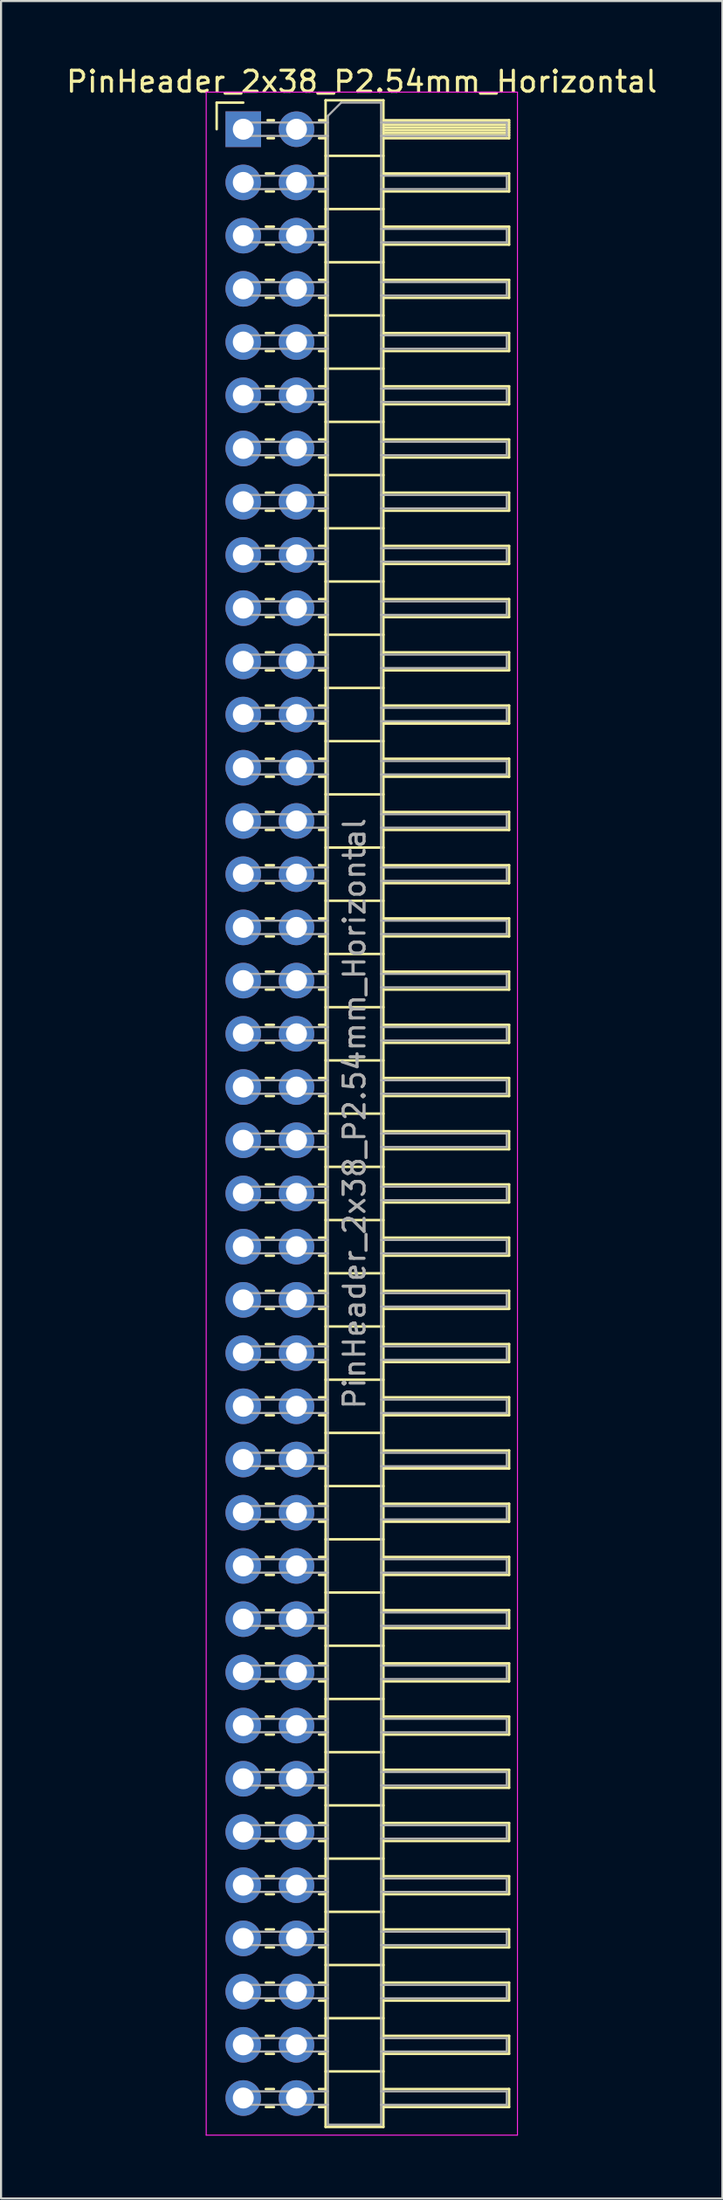
<source format=kicad_pcb>
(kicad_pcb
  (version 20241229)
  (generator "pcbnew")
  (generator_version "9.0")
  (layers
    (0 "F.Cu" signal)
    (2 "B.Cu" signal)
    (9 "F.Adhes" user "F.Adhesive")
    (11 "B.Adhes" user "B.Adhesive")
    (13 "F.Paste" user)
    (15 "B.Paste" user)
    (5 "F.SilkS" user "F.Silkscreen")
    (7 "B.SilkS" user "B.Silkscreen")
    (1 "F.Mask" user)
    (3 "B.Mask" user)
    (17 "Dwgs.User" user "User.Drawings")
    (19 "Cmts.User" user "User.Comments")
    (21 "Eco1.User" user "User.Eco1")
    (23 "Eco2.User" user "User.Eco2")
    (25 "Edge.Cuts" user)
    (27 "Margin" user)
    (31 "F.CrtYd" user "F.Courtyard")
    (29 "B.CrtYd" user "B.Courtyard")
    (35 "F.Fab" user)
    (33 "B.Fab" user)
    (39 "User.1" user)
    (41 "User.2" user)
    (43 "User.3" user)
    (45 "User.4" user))
  (footprint "PinHeader_2x38_P2.54mm_Horizontal"
    (layer "F.Cu")
    (at 8.565 3.118)
    (property "Reference" "PinHeader_2x38_P2.54mm_Horizontal" (at 5.655 -2.27 0) (layer "F.SilkS") (effects (font (size 1 1) (thickness 0.15))))
    (attr through_hole)
    (fp_line (start -1.27 -1.27) (end 0 -1.27) (stroke (width 0.12) (type solid)) (layer "F.SilkS"))
    (fp_line (start -1.27 0) (end -1.27 -1.27) (stroke (width 0.12) (type solid)) (layer "F.SilkS"))
    (fp_line (start 1.077 2.11) (end 1.463 2.11) (stroke (width 0.12) (type solid)) (layer "F.SilkS"))
    (fp_line (start 1.077 2.97) (end 1.463 2.97) (stroke (width 0.12) (type solid)) (layer "F.SilkS"))
    (fp_line (start 1.077 4.65) (end 1.463 4.65) (stroke (width 0.12) (type solid)) (layer "F.SilkS"))
    (fp_line (start 1.077 5.51) (end 1.463 5.51) (stroke (width 0.12) (type solid)) (layer "F.SilkS"))
    (fp_line (start 1.077 7.19) (end 1.463 7.19) (stroke (width 0.12) (type solid)) (layer "F.SilkS"))
    (fp_line (start 1.077 8.05) (end 1.463 8.05) (stroke (width 0.12) (type solid)) (layer "F.SilkS"))
    (fp_line (start 1.077 9.73) (end 1.463 9.73) (stroke (width 0.12) (type solid)) (layer "F.SilkS"))
    (fp_line (start 1.077 10.59) (end 1.463 10.59) (stroke (width 0.12) (type solid)) (layer "F.SilkS"))
    (fp_line (start 1.077 12.27) (end 1.463 12.27) (stroke (width 0.12) (type solid)) (layer "F.SilkS"))
    (fp_line (start 1.077 13.13) (end 1.463 13.13) (stroke (width 0.12) (type solid)) (layer "F.SilkS"))
    (fp_line (start 1.077 14.81) (end 1.463 14.81) (stroke (width 0.12) (type solid)) (layer "F.SilkS"))
    (fp_line (start 1.077 15.67) (end 1.463 15.67) (stroke (width 0.12) (type solid)) (layer "F.SilkS"))
    (fp_line (start 1.077 17.35) (end 1.463 17.35) (stroke (width 0.12) (type solid)) (layer "F.SilkS"))
    (fp_line (start 1.077 18.21) (end 1.463 18.21) (stroke (width 0.12) (type solid)) (layer "F.SilkS"))
    (fp_line (start 1.077 19.89) (end 1.463 19.89) (stroke (width 0.12) (type solid)) (layer "F.SilkS"))
    (fp_line (start 1.077 20.75) (end 1.463 20.75) (stroke (width 0.12) (type solid)) (layer "F.SilkS"))
    (fp_line (start 1.077 22.43) (end 1.463 22.43) (stroke (width 0.12) (type solid)) (layer "F.SilkS"))
    (fp_line (start 1.077 23.29) (end 1.463 23.29) (stroke (width 0.12) (type solid)) (layer "F.SilkS"))
    (fp_line (start 1.077 24.97) (end 1.463 24.97) (stroke (width 0.12) (type solid)) (layer "F.SilkS"))
    (fp_line (start 1.077 25.83) (end 1.463 25.83) (stroke (width 0.12) (type solid)) (layer "F.SilkS"))
    (fp_line (start 1.077 27.51) (end 1.463 27.51) (stroke (width 0.12) (type solid)) (layer "F.SilkS"))
    (fp_line (start 1.077 28.37) (end 1.463 28.37) (stroke (width 0.12) (type solid)) (layer "F.SilkS"))
    (fp_line (start 1.077 30.05) (end 1.463 30.05) (stroke (width 0.12) (type solid)) (layer "F.SilkS"))
    (fp_line (start 1.077 30.91) (end 1.463 30.91) (stroke (width 0.12) (type solid)) (layer "F.SilkS"))
    (fp_line (start 1.077 32.59) (end 1.463 32.59) (stroke (width 0.12) (type solid)) (layer "F.SilkS"))
    (fp_line (start 1.077 33.45) (end 1.463 33.45) (stroke (width 0.12) (type solid)) (layer "F.SilkS"))
    (fp_line (start 1.077 35.13) (end 1.463 35.13) (stroke (width 0.12) (type solid)) (layer "F.SilkS"))
    (fp_line (start 1.077 35.99) (end 1.463 35.99) (stroke (width 0.12) (type solid)) (layer "F.SilkS"))
    (fp_line (start 1.077 37.67) (end 1.463 37.67) (stroke (width 0.12) (type solid)) (layer "F.SilkS"))
    (fp_line (start 1.077 38.53) (end 1.463 38.53) (stroke (width 0.12) (type solid)) (layer "F.SilkS"))
    (fp_line (start 1.077 40.21) (end 1.463 40.21) (stroke (width 0.12) (type solid)) (layer "F.SilkS"))
    (fp_line (start 1.077 41.07) (end 1.463 41.07) (stroke (width 0.12) (type solid)) (layer "F.SilkS"))
    (fp_line (start 1.077 42.75) (end 1.463 42.75) (stroke (width 0.12) (type solid)) (layer "F.SilkS"))
    (fp_line (start 1.077 43.61) (end 1.463 43.61) (stroke (width 0.12) (type solid)) (layer "F.SilkS"))
    (fp_line (start 1.077 45.29) (end 1.463 45.29) (stroke (width 0.12) (type solid)) (layer "F.SilkS"))
    (fp_line (start 1.077 46.15) (end 1.463 46.15) (stroke (width 0.12) (type solid)) (layer "F.SilkS"))
    (fp_line (start 1.077 47.83) (end 1.463 47.83) (stroke (width 0.12) (type solid)) (layer "F.SilkS"))
    (fp_line (start 1.077 48.69) (end 1.463 48.69) (stroke (width 0.12) (type solid)) (layer "F.SilkS"))
    (fp_line (start 1.077 50.37) (end 1.463 50.37) (stroke (width 0.12) (type solid)) (layer "F.SilkS"))
    (fp_line (start 1.077 51.23) (end 1.463 51.23) (stroke (width 0.12) (type solid)) (layer "F.SilkS"))
    (fp_line (start 1.077 52.91) (end 1.463 52.91) (stroke (width 0.12) (type solid)) (layer "F.SilkS"))
    (fp_line (start 1.077 53.77) (end 1.463 53.77) (stroke (width 0.12) (type solid)) (layer "F.SilkS"))
    (fp_line (start 1.077 55.45) (end 1.463 55.45) (stroke (width 0.12) (type solid)) (layer "F.SilkS"))
    (fp_line (start 1.077 56.31) (end 1.463 56.31) (stroke (width 0.12) (type solid)) (layer "F.SilkS"))
    (fp_line (start 1.077 57.99) (end 1.463 57.99) (stroke (width 0.12) (type solid)) (layer "F.SilkS"))
    (fp_line (start 1.077 58.85) (end 1.463 58.85) (stroke (width 0.12) (type solid)) (layer "F.SilkS"))
    (fp_line (start 1.077 60.53) (end 1.463 60.53) (stroke (width 0.12) (type solid)) (layer "F.SilkS"))
    (fp_line (start 1.077 61.39) (end 1.463 61.39) (stroke (width 0.12) (type solid)) (layer "F.SilkS"))
    (fp_line (start 1.077 63.07) (end 1.463 63.07) (stroke (width 0.12) (type solid)) (layer "F.SilkS"))
    (fp_line (start 1.077 63.93) (end 1.463 63.93) (stroke (width 0.12) (type solid)) (layer "F.SilkS"))
    (fp_line (start 1.077 65.61) (end 1.463 65.61) (stroke (width 0.12) (type solid)) (layer "F.SilkS"))
    (fp_line (start 1.077 66.47) (end 1.463 66.47) (stroke (width 0.12) (type solid)) (layer "F.SilkS"))
    (fp_line (start 1.077 68.15) (end 1.463 68.15) (stroke (width 0.12) (type solid)) (layer "F.SilkS"))
    (fp_line (start 1.077 69.01) (end 1.463 69.01) (stroke (width 0.12) (type solid)) (layer "F.SilkS"))
    (fp_line (start 1.077 70.69) (end 1.463 70.69) (stroke (width 0.12) (type solid)) (layer "F.SilkS"))
    (fp_line (start 1.077 71.55) (end 1.463 71.55) (stroke (width 0.12) (type solid)) (layer "F.SilkS"))
    (fp_line (start 1.077 73.23) (end 1.463 73.23) (stroke (width 0.12) (type solid)) (layer "F.SilkS"))
    (fp_line (start 1.077 74.09) (end 1.463 74.09) (stroke (width 0.12) (type solid)) (layer "F.SilkS"))
    (fp_line (start 1.077 75.77) (end 1.463 75.77) (stroke (width 0.12) (type solid)) (layer "F.SilkS"))
    (fp_line (start 1.077 76.63) (end 1.463 76.63) (stroke (width 0.12) (type solid)) (layer "F.SilkS"))
    (fp_line (start 1.077 78.31) (end 1.463 78.31) (stroke (width 0.12) (type solid)) (layer "F.SilkS"))
    (fp_line (start 1.077 79.17) (end 1.463 79.17) (stroke (width 0.12) (type solid)) (layer "F.SilkS"))
    (fp_line (start 1.077 80.85) (end 1.463 80.85) (stroke (width 0.12) (type solid)) (layer "F.SilkS"))
    (fp_line (start 1.077 81.71) (end 1.463 81.71) (stroke (width 0.12) (type solid)) (layer "F.SilkS"))
    (fp_line (start 1.077 83.39) (end 1.463 83.39) (stroke (width 0.12) (type solid)) (layer "F.SilkS"))
    (fp_line (start 1.077 84.25) (end 1.463 84.25) (stroke (width 0.12) (type solid)) (layer "F.SilkS"))
    (fp_line (start 1.077 85.93) (end 1.463 85.93) (stroke (width 0.12) (type solid)) (layer "F.SilkS"))
    (fp_line (start 1.077 86.79) (end 1.463 86.79) (stroke (width 0.12) (type solid)) (layer "F.SilkS"))
    (fp_line (start 1.077 88.47) (end 1.463 88.47) (stroke (width 0.12) (type solid)) (layer "F.SilkS"))
    (fp_line (start 1.077 89.33) (end 1.463 89.33) (stroke (width 0.12) (type solid)) (layer "F.SilkS"))
    (fp_line (start 1.077 91.01) (end 1.463 91.01) (stroke (width 0.12) (type solid)) (layer "F.SilkS"))
    (fp_line (start 1.077 91.87) (end 1.463 91.87) (stroke (width 0.12) (type solid)) (layer "F.SilkS"))
    (fp_line (start 1.077 93.55) (end 1.463 93.55) (stroke (width 0.12) (type solid)) (layer "F.SilkS"))
    (fp_line (start 1.077 94.41) (end 1.463 94.41) (stroke (width 0.12) (type solid)) (layer "F.SilkS"))
    (fp_line (start 1.16 -0.43) (end 1.463 -0.43) (stroke (width 0.12) (type solid)) (layer "F.SilkS"))
    (fp_line (start 1.16 0.43) (end 1.463 0.43) (stroke (width 0.12) (type solid)) (layer "F.SilkS"))
    (fp_line (start 3.617 -0.43) (end 3.93 -0.43) (stroke (width 0.12) (type solid)) (layer "F.SilkS"))
    (fp_line (start 3.617 0.43) (end 3.93 0.43) (stroke (width 0.12) (type solid)) (layer "F.SilkS"))
    (fp_line (start 3.617 2.11) (end 3.93 2.11) (stroke (width 0.12) (type solid)) (layer "F.SilkS"))
    (fp_line (start 3.617 2.97) (end 3.93 2.97) (stroke (width 0.12) (type solid)) (layer "F.SilkS"))
    (fp_line (start 3.617 4.65) (end 3.93 4.65) (stroke (width 0.12) (type solid)) (layer "F.SilkS"))
    (fp_line (start 3.617 5.51) (end 3.93 5.51) (stroke (width 0.12) (type solid)) (layer "F.SilkS"))
    (fp_line (start 3.617 7.19) (end 3.93 7.19) (stroke (width 0.12) (type solid)) (layer "F.SilkS"))
    (fp_line (start 3.617 8.05) (end 3.93 8.05) (stroke (width 0.12) (type solid)) (layer "F.SilkS"))
    (fp_line (start 3.617 9.73) (end 3.93 9.73) (stroke (width 0.12) (type solid)) (layer "F.SilkS"))
    (fp_line (start 3.617 10.59) (end 3.93 10.59) (stroke (width 0.12) (type solid)) (layer "F.SilkS"))
    (fp_line (start 3.617 12.27) (end 3.93 12.27) (stroke (width 0.12) (type solid)) (layer "F.SilkS"))
    (fp_line (start 3.617 13.13) (end 3.93 13.13) (stroke (width 0.12) (type solid)) (layer "F.SilkS"))
    (fp_line (start 3.617 14.81) (end 3.93 14.81) (stroke (width 0.12) (type solid)) (layer "F.SilkS"))
    (fp_line (start 3.617 15.67) (end 3.93 15.67) (stroke (width 0.12) (type solid)) (layer "F.SilkS"))
    (fp_line (start 3.617 17.35) (end 3.93 17.35) (stroke (width 0.12) (type solid)) (layer "F.SilkS"))
    (fp_line (start 3.617 18.21) (end 3.93 18.21) (stroke (width 0.12) (type solid)) (layer "F.SilkS"))
    (fp_line (start 3.617 19.89) (end 3.93 19.89) (stroke (width 0.12) (type solid)) (layer "F.SilkS"))
    (fp_line (start 3.617 20.75) (end 3.93 20.75) (stroke (width 0.12) (type solid)) (layer "F.SilkS"))
    (fp_line (start 3.617 22.43) (end 3.93 22.43) (stroke (width 0.12) (type solid)) (layer "F.SilkS"))
    (fp_line (start 3.617 23.29) (end 3.93 23.29) (stroke (width 0.12) (type solid)) (layer "F.SilkS"))
    (fp_line (start 3.617 24.97) (end 3.93 24.97) (stroke (width 0.12) (type solid)) (layer "F.SilkS"))
    (fp_line (start 3.617 25.83) (end 3.93 25.83) (stroke (width 0.12) (type solid)) (layer "F.SilkS"))
    (fp_line (start 3.617 27.51) (end 3.93 27.51) (stroke (width 0.12) (type solid)) (layer "F.SilkS"))
    (fp_line (start 3.617 28.37) (end 3.93 28.37) (stroke (width 0.12) (type solid)) (layer "F.SilkS"))
    (fp_line (start 3.617 30.05) (end 3.93 30.05) (stroke (width 0.12) (type solid)) (layer "F.SilkS"))
    (fp_line (start 3.617 30.91) (end 3.93 30.91) (stroke (width 0.12) (type solid)) (layer "F.SilkS"))
    (fp_line (start 3.617 32.59) (end 3.93 32.59) (stroke (width 0.12) (type solid)) (layer "F.SilkS"))
    (fp_line (start 3.617 33.45) (end 3.93 33.45) (stroke (width 0.12) (type solid)) (layer "F.SilkS"))
    (fp_line (start 3.617 35.13) (end 3.93 35.13) (stroke (width 0.12) (type solid)) (layer "F.SilkS"))
    (fp_line (start 3.617 35.99) (end 3.93 35.99) (stroke (width 0.12) (type solid)) (layer "F.SilkS"))
    (fp_line (start 3.617 37.67) (end 3.93 37.67) (stroke (width 0.12) (type solid)) (layer "F.SilkS"))
    (fp_line (start 3.617 38.53) (end 3.93 38.53) (stroke (width 0.12) (type solid)) (layer "F.SilkS"))
    (fp_line (start 3.617 40.21) (end 3.93 40.21) (stroke (width 0.12) (type solid)) (layer "F.SilkS"))
    (fp_line (start 3.617 41.07) (end 3.93 41.07) (stroke (width 0.12) (type solid)) (layer "F.SilkS"))
    (fp_line (start 3.617 42.75) (end 3.93 42.75) (stroke (width 0.12) (type solid)) (layer "F.SilkS"))
    (fp_line (start 3.617 43.61) (end 3.93 43.61) (stroke (width 0.12) (type solid)) (layer "F.SilkS"))
    (fp_line (start 3.617 45.29) (end 3.93 45.29) (stroke (width 0.12) (type solid)) (layer "F.SilkS"))
    (fp_line (start 3.617 46.15) (end 3.93 46.15) (stroke (width 0.12) (type solid)) (layer "F.SilkS"))
    (fp_line (start 3.617 47.83) (end 3.93 47.83) (stroke (width 0.12) (type solid)) (layer "F.SilkS"))
    (fp_line (start 3.617 48.69) (end 3.93 48.69) (stroke (width 0.12) (type solid)) (layer "F.SilkS"))
    (fp_line (start 3.617 50.37) (end 3.93 50.37) (stroke (width 0.12) (type solid)) (layer "F.SilkS"))
    (fp_line (start 3.617 51.23) (end 3.93 51.23) (stroke (width 0.12) (type solid)) (layer "F.SilkS"))
    (fp_line (start 3.617 52.91) (end 3.93 52.91) (stroke (width 0.12) (type solid)) (layer "F.SilkS"))
    (fp_line (start 3.617 53.77) (end 3.93 53.77) (stroke (width 0.12) (type solid)) (layer "F.SilkS"))
    (fp_line (start 3.617 55.45) (end 3.93 55.45) (stroke (width 0.12) (type solid)) (layer "F.SilkS"))
    (fp_line (start 3.617 56.31) (end 3.93 56.31) (stroke (width 0.12) (type solid)) (layer "F.SilkS"))
    (fp_line (start 3.617 57.99) (end 3.93 57.99) (stroke (width 0.12) (type solid)) (layer "F.SilkS"))
    (fp_line (start 3.617 58.85) (end 3.93 58.85) (stroke (width 0.12) (type solid)) (layer "F.SilkS"))
    (fp_line (start 3.617 60.53) (end 3.93 60.53) (stroke (width 0.12) (type solid)) (layer "F.SilkS"))
    (fp_line (start 3.617 61.39) (end 3.93 61.39) (stroke (width 0.12) (type solid)) (layer "F.SilkS"))
    (fp_line (start 3.617 63.07) (end 3.93 63.07) (stroke (width 0.12) (type solid)) (layer "F.SilkS"))
    (fp_line (start 3.617 63.93) (end 3.93 63.93) (stroke (width 0.12) (type solid)) (layer "F.SilkS"))
    (fp_line (start 3.617 65.61) (end 3.93 65.61) (stroke (width 0.12) (type solid)) (layer "F.SilkS"))
    (fp_line (start 3.617 66.47) (end 3.93 66.47) (stroke (width 0.12) (type solid)) (layer "F.SilkS"))
    (fp_line (start 3.617 68.15) (end 3.93 68.15) (stroke (width 0.12) (type solid)) (layer "F.SilkS"))
    (fp_line (start 3.617 69.01) (end 3.93 69.01) (stroke (width 0.12) (type solid)) (layer "F.SilkS"))
    (fp_line (start 3.617 70.69) (end 3.93 70.69) (stroke (width 0.12) (type solid)) (layer "F.SilkS"))
    (fp_line (start 3.617 71.55) (end 3.93 71.55) (stroke (width 0.12) (type solid)) (layer "F.SilkS"))
    (fp_line (start 3.617 73.23) (end 3.93 73.23) (stroke (width 0.12) (type solid)) (layer "F.SilkS"))
    (fp_line (start 3.617 74.09) (end 3.93 74.09) (stroke (width 0.12) (type solid)) (layer "F.SilkS"))
    (fp_line (start 3.617 75.77) (end 3.93 75.77) (stroke (width 0.12) (type solid)) (layer "F.SilkS"))
    (fp_line (start 3.617 76.63) (end 3.93 76.63) (stroke (width 0.12) (type solid)) (layer "F.SilkS"))
    (fp_line (start 3.617 78.31) (end 3.93 78.31) (stroke (width 0.12) (type solid)) (layer "F.SilkS"))
    (fp_line (start 3.617 79.17) (end 3.93 79.17) (stroke (width 0.12) (type solid)) (layer "F.SilkS"))
    (fp_line (start 3.617 80.85) (end 3.93 80.85) (stroke (width 0.12) (type solid)) (layer "F.SilkS"))
    (fp_line (start 3.617 81.71) (end 3.93 81.71) (stroke (width 0.12) (type solid)) (layer "F.SilkS"))
    (fp_line (start 3.617 83.39) (end 3.93 83.39) (stroke (width 0.12) (type solid)) (layer "F.SilkS"))
    (fp_line (start 3.617 84.25) (end 3.93 84.25) (stroke (width 0.12) (type solid)) (layer "F.SilkS"))
    (fp_line (start 3.617 85.93) (end 3.93 85.93) (stroke (width 0.12) (type solid)) (layer "F.SilkS"))
    (fp_line (start 3.617 86.79) (end 3.93 86.79) (stroke (width 0.12) (type solid)) (layer "F.SilkS"))
    (fp_line (start 3.617 88.47) (end 3.93 88.47) (stroke (width 0.12) (type solid)) (layer "F.SilkS"))
    (fp_line (start 3.617 89.33) (end 3.93 89.33) (stroke (width 0.12) (type solid)) (layer "F.SilkS"))
    (fp_line (start 3.617 91.01) (end 3.93 91.01) (stroke (width 0.12) (type solid)) (layer "F.SilkS"))
    (fp_line (start 3.617 91.87) (end 3.93 91.87) (stroke (width 0.12) (type solid)) (layer "F.SilkS"))
    (fp_line (start 3.617 93.55) (end 3.93 93.55) (stroke (width 0.12) (type solid)) (layer "F.SilkS"))
    (fp_line (start 3.617 94.41) (end 3.93 94.41) (stroke (width 0.12) (type solid)) (layer "F.SilkS"))
    (fp_line (start 3.93 -1.38) (end 3.93 95.36) (stroke (width 0.12) (type solid)) (layer "F.SilkS"))
    (fp_line (start 3.93 1.27) (end 6.69 1.27) (stroke (width 0.12) (type solid)) (layer "F.SilkS"))
    (fp_line (start 3.93 3.81) (end 6.69 3.81) (stroke (width 0.12) (type solid)) (layer "F.SilkS"))
    (fp_line (start 3.93 6.35) (end 6.69 6.35) (stroke (width 0.12) (type solid)) (layer "F.SilkS"))
    (fp_line (start 3.93 8.89) (end 6.69 8.89) (stroke (width 0.12) (type solid)) (layer "F.SilkS"))
    (fp_line (start 3.93 11.43) (end 6.69 11.43) (stroke (width 0.12) (type solid)) (layer "F.SilkS"))
    (fp_line (start 3.93 13.97) (end 6.69 13.97) (stroke (width 0.12) (type solid)) (layer "F.SilkS"))
    (fp_line (start 3.93 16.51) (end 6.69 16.51) (stroke (width 0.12) (type solid)) (layer "F.SilkS"))
    (fp_line (start 3.93 19.05) (end 6.69 19.05) (stroke (width 0.12) (type solid)) (layer "F.SilkS"))
    (fp_line (start 3.93 21.59) (end 6.69 21.59) (stroke (width 0.12) (type solid)) (layer "F.SilkS"))
    (fp_line (start 3.93 24.13) (end 6.69 24.13) (stroke (width 0.12) (type solid)) (layer "F.SilkS"))
    (fp_line (start 3.93 26.67) (end 6.69 26.67) (stroke (width 0.12) (type solid)) (layer "F.SilkS"))
    (fp_line (start 3.93 29.21) (end 6.69 29.21) (stroke (width 0.12) (type solid)) (layer "F.SilkS"))
    (fp_line (start 3.93 31.75) (end 6.69 31.75) (stroke (width 0.12) (type solid)) (layer "F.SilkS"))
    (fp_line (start 3.93 34.29) (end 6.69 34.29) (stroke (width 0.12) (type solid)) (layer "F.SilkS"))
    (fp_line (start 3.93 36.83) (end 6.69 36.83) (stroke (width 0.12) (type solid)) (layer "F.SilkS"))
    (fp_line (start 3.93 39.37) (end 6.69 39.37) (stroke (width 0.12) (type solid)) (layer "F.SilkS"))
    (fp_line (start 3.93 41.91) (end 6.69 41.91) (stroke (width 0.12) (type solid)) (layer "F.SilkS"))
    (fp_line (start 3.93 44.45) (end 6.69 44.45) (stroke (width 0.12) (type solid)) (layer "F.SilkS"))
    (fp_line (start 3.93 46.99) (end 6.69 46.99) (stroke (width 0.12) (type solid)) (layer "F.SilkS"))
    (fp_line (start 3.93 49.53) (end 6.69 49.53) (stroke (width 0.12) (type solid)) (layer "F.SilkS"))
    (fp_line (start 3.93 52.07) (end 6.69 52.07) (stroke (width 0.12) (type solid)) (layer "F.SilkS"))
    (fp_line (start 3.93 54.61) (end 6.69 54.61) (stroke (width 0.12) (type solid)) (layer "F.SilkS"))
    (fp_line (start 3.93 57.15) (end 6.69 57.15) (stroke (width 0.12) (type solid)) (layer "F.SilkS"))
    (fp_line (start 3.93 59.69) (end 6.69 59.69) (stroke (width 0.12) (type solid)) (layer "F.SilkS"))
    (fp_line (start 3.93 62.23) (end 6.69 62.23) (stroke (width 0.12) (type solid)) (layer "F.SilkS"))
    (fp_line (start 3.93 64.77) (end 6.69 64.77) (stroke (width 0.12) (type solid)) (layer "F.SilkS"))
    (fp_line (start 3.93 67.31) (end 6.69 67.31) (stroke (width 0.12) (type solid)) (layer "F.SilkS"))
    (fp_line (start 3.93 69.85) (end 6.69 69.85) (stroke (width 0.12) (type solid)) (layer "F.SilkS"))
    (fp_line (start 3.93 72.39) (end 6.69 72.39) (stroke (width 0.12) (type solid)) (layer "F.SilkS"))
    (fp_line (start 3.93 74.93) (end 6.69 74.93) (stroke (width 0.12) (type solid)) (layer "F.SilkS"))
    (fp_line (start 3.93 77.47) (end 6.69 77.47) (stroke (width 0.12) (type solid)) (layer "F.SilkS"))
    (fp_line (start 3.93 80.01) (end 6.69 80.01) (stroke (width 0.12) (type solid)) (layer "F.SilkS"))
    (fp_line (start 3.93 82.55) (end 6.69 82.55) (stroke (width 0.12) (type solid)) (layer "F.SilkS"))
    (fp_line (start 3.93 85.09) (end 6.69 85.09) (stroke (width 0.12) (type solid)) (layer "F.SilkS"))
    (fp_line (start 3.93 87.63) (end 6.69 87.63) (stroke (width 0.12) (type solid)) (layer "F.SilkS"))
    (fp_line (start 3.93 90.17) (end 6.69 90.17) (stroke (width 0.12) (type solid)) (layer "F.SilkS"))
    (fp_line (start 3.93 92.71) (end 6.69 92.71) (stroke (width 0.12) (type solid)) (layer "F.SilkS"))
    (fp_line (start 3.93 95.36) (end 6.69 95.36) (stroke (width 0.12) (type solid)) (layer "F.SilkS"))
    (fp_line (start 6.69 -1.38) (end 3.93 -1.38) (stroke (width 0.12) (type solid)) (layer "F.SilkS"))
    (fp_line (start 6.69 -0.43) (end 12.69 -0.43) (stroke (width 0.12) (type solid)) (layer "F.SilkS"))
    (fp_line (start 6.69 -0.32) (end 12.69 -0.32) (stroke (width 0.12) (type solid)) (layer "F.SilkS"))
    (fp_line (start 6.69 -0.2) (end 12.69 -0.2) (stroke (width 0.12) (type solid)) (layer "F.SilkS"))
    (fp_line (start 6.69 -0.08) (end 12.69 -0.08) (stroke (width 0.12) (type solid)) (layer "F.SilkS"))
    (fp_line (start 6.69 0.04) (end 12.69 0.04) (stroke (width 0.12) (type solid)) (layer "F.SilkS"))
    (fp_line (start 6.69 0.16) (end 12.69 0.16) (stroke (width 0.12) (type solid)) (layer "F.SilkS"))
    (fp_line (start 6.69 0.28) (end 12.69 0.28) (stroke (width 0.12) (type solid)) (layer "F.SilkS"))
    (fp_line (start 6.69 2.11) (end 12.69 2.11) (stroke (width 0.12) (type solid)) (layer "F.SilkS"))
    (fp_line (start 6.69 4.65) (end 12.69 4.65) (stroke (width 0.12) (type solid)) (layer "F.SilkS"))
    (fp_line (start 6.69 7.19) (end 12.69 7.19) (stroke (width 0.12) (type solid)) (layer "F.SilkS"))
    (fp_line (start 6.69 9.73) (end 12.69 9.73) (stroke (width 0.12) (type solid)) (layer "F.SilkS"))
    (fp_line (start 6.69 12.27) (end 12.69 12.27) (stroke (width 0.12) (type solid)) (layer "F.SilkS"))
    (fp_line (start 6.69 14.81) (end 12.69 14.81) (stroke (width 0.12) (type solid)) (layer "F.SilkS"))
    (fp_line (start 6.69 17.35) (end 12.69 17.35) (stroke (width 0.12) (type solid)) (layer "F.SilkS"))
    (fp_line (start 6.69 19.89) (end 12.69 19.89) (stroke (width 0.12) (type solid)) (layer "F.SilkS"))
    (fp_line (start 6.69 22.43) (end 12.69 22.43) (stroke (width 0.12) (type solid)) (layer "F.SilkS"))
    (fp_line (start 6.69 24.97) (end 12.69 24.97) (stroke (width 0.12) (type solid)) (layer "F.SilkS"))
    (fp_line (start 6.69 27.51) (end 12.69 27.51) (stroke (width 0.12) (type solid)) (layer "F.SilkS"))
    (fp_line (start 6.69 30.05) (end 12.69 30.05) (stroke (width 0.12) (type solid)) (layer "F.SilkS"))
    (fp_line (start 6.69 32.59) (end 12.69 32.59) (stroke (width 0.12) (type solid)) (layer "F.SilkS"))
    (fp_line (start 6.69 35.13) (end 12.69 35.13) (stroke (width 0.12) (type solid)) (layer "F.SilkS"))
    (fp_line (start 6.69 37.67) (end 12.69 37.67) (stroke (width 0.12) (type solid)) (layer "F.SilkS"))
    (fp_line (start 6.69 40.21) (end 12.69 40.21) (stroke (width 0.12) (type solid)) (layer "F.SilkS"))
    (fp_line (start 6.69 42.75) (end 12.69 42.75) (stroke (width 0.12) (type solid)) (layer "F.SilkS"))
    (fp_line (start 6.69 45.29) (end 12.69 45.29) (stroke (width 0.12) (type solid)) (layer "F.SilkS"))
    (fp_line (start 6.69 47.83) (end 12.69 47.83) (stroke (width 0.12) (type solid)) (layer "F.SilkS"))
    (fp_line (start 6.69 50.37) (end 12.69 50.37) (stroke (width 0.12) (type solid)) (layer "F.SilkS"))
    (fp_line (start 6.69 52.91) (end 12.69 52.91) (stroke (width 0.12) (type solid)) (layer "F.SilkS"))
    (fp_line (start 6.69 55.45) (end 12.69 55.45) (stroke (width 0.12) (type solid)) (layer "F.SilkS"))
    (fp_line (start 6.69 57.99) (end 12.69 57.99) (stroke (width 0.12) (type solid)) (layer "F.SilkS"))
    (fp_line (start 6.69 60.53) (end 12.69 60.53) (stroke (width 0.12) (type solid)) (layer "F.SilkS"))
    (fp_line (start 6.69 63.07) (end 12.69 63.07) (stroke (width 0.12) (type solid)) (layer "F.SilkS"))
    (fp_line (start 6.69 65.61) (end 12.69 65.61) (stroke (width 0.12) (type solid)) (layer "F.SilkS"))
    (fp_line (start 6.69 68.15) (end 12.69 68.15) (stroke (width 0.12) (type solid)) (layer "F.SilkS"))
    (fp_line (start 6.69 70.69) (end 12.69 70.69) (stroke (width 0.12) (type solid)) (layer "F.SilkS"))
    (fp_line (start 6.69 73.23) (end 12.69 73.23) (stroke (width 0.12) (type solid)) (layer "F.SilkS"))
    (fp_line (start 6.69 75.77) (end 12.69 75.77) (stroke (width 0.12) (type solid)) (layer "F.SilkS"))
    (fp_line (start 6.69 78.31) (end 12.69 78.31) (stroke (width 0.12) (type solid)) (layer "F.SilkS"))
    (fp_line (start 6.69 80.85) (end 12.69 80.85) (stroke (width 0.12) (type solid)) (layer "F.SilkS"))
    (fp_line (start 6.69 83.39) (end 12.69 83.39) (stroke (width 0.12) (type solid)) (layer "F.SilkS"))
    (fp_line (start 6.69 85.93) (end 12.69 85.93) (stroke (width 0.12) (type solid)) (layer "F.SilkS"))
    (fp_line (start 6.69 88.47) (end 12.69 88.47) (stroke (width 0.12) (type solid)) (layer "F.SilkS"))
    (fp_line (start 6.69 91.01) (end 12.69 91.01) (stroke (width 0.12) (type solid)) (layer "F.SilkS"))
    (fp_line (start 6.69 93.55) (end 12.69 93.55) (stroke (width 0.12) (type solid)) (layer "F.SilkS"))
    (fp_line (start 6.69 95.36) (end 6.69 -1.38) (stroke (width 0.12) (type solid)) (layer "F.SilkS"))
    (fp_line (start 12.69 -0.43) (end 12.69 0.43) (stroke (width 0.12) (type solid)) (layer "F.SilkS"))
    (fp_line (start 12.69 0.43) (end 6.69 0.43) (stroke (width 0.12) (type solid)) (layer "F.SilkS"))
    (fp_line (start 12.69 2.11) (end 12.69 2.97) (stroke (width 0.12) (type solid)) (layer "F.SilkS"))
    (fp_line (start 12.69 2.97) (end 6.69 2.97) (stroke (width 0.12) (type solid)) (layer "F.SilkS"))
    (fp_line (start 12.69 4.65) (end 12.69 5.51) (stroke (width 0.12) (type solid)) (layer "F.SilkS"))
    (fp_line (start 12.69 5.51) (end 6.69 5.51) (stroke (width 0.12) (type solid)) (layer "F.SilkS"))
    (fp_line (start 12.69 7.19) (end 12.69 8.05) (stroke (width 0.12) (type solid)) (layer "F.SilkS"))
    (fp_line (start 12.69 8.05) (end 6.69 8.05) (stroke (width 0.12) (type solid)) (layer "F.SilkS"))
    (fp_line (start 12.69 9.73) (end 12.69 10.59) (stroke (width 0.12) (type solid)) (layer "F.SilkS"))
    (fp_line (start 12.69 10.59) (end 6.69 10.59) (stroke (width 0.12) (type solid)) (layer "F.SilkS"))
    (fp_line (start 12.69 12.27) (end 12.69 13.13) (stroke (width 0.12) (type solid)) (layer "F.SilkS"))
    (fp_line (start 12.69 13.13) (end 6.69 13.13) (stroke (width 0.12) (type solid)) (layer "F.SilkS"))
    (fp_line (start 12.69 14.81) (end 12.69 15.67) (stroke (width 0.12) (type solid)) (layer "F.SilkS"))
    (fp_line (start 12.69 15.67) (end 6.69 15.67) (stroke (width 0.12) (type solid)) (layer "F.SilkS"))
    (fp_line (start 12.69 17.35) (end 12.69 18.21) (stroke (width 0.12) (type solid)) (layer "F.SilkS"))
    (fp_line (start 12.69 18.21) (end 6.69 18.21) (stroke (width 0.12) (type solid)) (layer "F.SilkS"))
    (fp_line (start 12.69 19.89) (end 12.69 20.75) (stroke (width 0.12) (type solid)) (layer "F.SilkS"))
    (fp_line (start 12.69 20.75) (end 6.69 20.75) (stroke (width 0.12) (type solid)) (layer "F.SilkS"))
    (fp_line (start 12.69 22.43) (end 12.69 23.29) (stroke (width 0.12) (type solid)) (layer "F.SilkS"))
    (fp_line (start 12.69 23.29) (end 6.69 23.29) (stroke (width 0.12) (type solid)) (layer "F.SilkS"))
    (fp_line (start 12.69 24.97) (end 12.69 25.83) (stroke (width 0.12) (type solid)) (layer "F.SilkS"))
    (fp_line (start 12.69 25.83) (end 6.69 25.83) (stroke (width 0.12) (type solid)) (layer "F.SilkS"))
    (fp_line (start 12.69 27.51) (end 12.69 28.37) (stroke (width 0.12) (type solid)) (layer "F.SilkS"))
    (fp_line (start 12.69 28.37) (end 6.69 28.37) (stroke (width 0.12) (type solid)) (layer "F.SilkS"))
    (fp_line (start 12.69 30.05) (end 12.69 30.91) (stroke (width 0.12) (type solid)) (layer "F.SilkS"))
    (fp_line (start 12.69 30.91) (end 6.69 30.91) (stroke (width 0.12) (type solid)) (layer "F.SilkS"))
    (fp_line (start 12.69 32.59) (end 12.69 33.45) (stroke (width 0.12) (type solid)) (layer "F.SilkS"))
    (fp_line (start 12.69 33.45) (end 6.69 33.45) (stroke (width 0.12) (type solid)) (layer "F.SilkS"))
    (fp_line (start 12.69 35.13) (end 12.69 35.99) (stroke (width 0.12) (type solid)) (layer "F.SilkS"))
    (fp_line (start 12.69 35.99) (end 6.69 35.99) (stroke (width 0.12) (type solid)) (layer "F.SilkS"))
    (fp_line (start 12.69 37.67) (end 12.69 38.53) (stroke (width 0.12) (type solid)) (layer "F.SilkS"))
    (fp_line (start 12.69 38.53) (end 6.69 38.53) (stroke (width 0.12) (type solid)) (layer "F.SilkS"))
    (fp_line (start 12.69 40.21) (end 12.69 41.07) (stroke (width 0.12) (type solid)) (layer "F.SilkS"))
    (fp_line (start 12.69 41.07) (end 6.69 41.07) (stroke (width 0.12) (type solid)) (layer "F.SilkS"))
    (fp_line (start 12.69 42.75) (end 12.69 43.61) (stroke (width 0.12) (type solid)) (layer "F.SilkS"))
    (fp_line (start 12.69 43.61) (end 6.69 43.61) (stroke (width 0.12) (type solid)) (layer "F.SilkS"))
    (fp_line (start 12.69 45.29) (end 12.69 46.15) (stroke (width 0.12) (type solid)) (layer "F.SilkS"))
    (fp_line (start 12.69 46.15) (end 6.69 46.15) (stroke (width 0.12) (type solid)) (layer "F.SilkS"))
    (fp_line (start 12.69 47.83) (end 12.69 48.69) (stroke (width 0.12) (type solid)) (layer "F.SilkS"))
    (fp_line (start 12.69 48.69) (end 6.69 48.69) (stroke (width 0.12) (type solid)) (layer "F.SilkS"))
    (fp_line (start 12.69 50.37) (end 12.69 51.23) (stroke (width 0.12) (type solid)) (layer "F.SilkS"))
    (fp_line (start 12.69 51.23) (end 6.69 51.23) (stroke (width 0.12) (type solid)) (layer "F.SilkS"))
    (fp_line (start 12.69 52.91) (end 12.69 53.77) (stroke (width 0.12) (type solid)) (layer "F.SilkS"))
    (fp_line (start 12.69 53.77) (end 6.69 53.77) (stroke (width 0.12) (type solid)) (layer "F.SilkS"))
    (fp_line (start 12.69 55.45) (end 12.69 56.31) (stroke (width 0.12) (type solid)) (layer "F.SilkS"))
    (fp_line (start 12.69 56.31) (end 6.69 56.31) (stroke (width 0.12) (type solid)) (layer "F.SilkS"))
    (fp_line (start 12.69 57.99) (end 12.69 58.85) (stroke (width 0.12) (type solid)) (layer "F.SilkS"))
    (fp_line (start 12.69 58.85) (end 6.69 58.85) (stroke (width 0.12) (type solid)) (layer "F.SilkS"))
    (fp_line (start 12.69 60.53) (end 12.69 61.39) (stroke (width 0.12) (type solid)) (layer "F.SilkS"))
    (fp_line (start 12.69 61.39) (end 6.69 61.39) (stroke (width 0.12) (type solid)) (layer "F.SilkS"))
    (fp_line (start 12.69 63.07) (end 12.69 63.93) (stroke (width 0.12) (type solid)) (layer "F.SilkS"))
    (fp_line (start 12.69 63.93) (end 6.69 63.93) (stroke (width 0.12) (type solid)) (layer "F.SilkS"))
    (fp_line (start 12.69 65.61) (end 12.69 66.47) (stroke (width 0.12) (type solid)) (layer "F.SilkS"))
    (fp_line (start 12.69 66.47) (end 6.69 66.47) (stroke (width 0.12) (type solid)) (layer "F.SilkS"))
    (fp_line (start 12.69 68.15) (end 12.69 69.01) (stroke (width 0.12) (type solid)) (layer "F.SilkS"))
    (fp_line (start 12.69 69.01) (end 6.69 69.01) (stroke (width 0.12) (type solid)) (layer "F.SilkS"))
    (fp_line (start 12.69 70.69) (end 12.69 71.55) (stroke (width 0.12) (type solid)) (layer "F.SilkS"))
    (fp_line (start 12.69 71.55) (end 6.69 71.55) (stroke (width 0.12) (type solid)) (layer "F.SilkS"))
    (fp_line (start 12.69 73.23) (end 12.69 74.09) (stroke (width 0.12) (type solid)) (layer "F.SilkS"))
    (fp_line (start 12.69 74.09) (end 6.69 74.09) (stroke (width 0.12) (type solid)) (layer "F.SilkS"))
    (fp_line (start 12.69 75.77) (end 12.69 76.63) (stroke (width 0.12) (type solid)) (layer "F.SilkS"))
    (fp_line (start 12.69 76.63) (end 6.69 76.63) (stroke (width 0.12) (type solid)) (layer "F.SilkS"))
    (fp_line (start 12.69 78.31) (end 12.69 79.17) (stroke (width 0.12) (type solid)) (layer "F.SilkS"))
    (fp_line (start 12.69 79.17) (end 6.69 79.17) (stroke (width 0.12) (type solid)) (layer "F.SilkS"))
    (fp_line (start 12.69 80.85) (end 12.69 81.71) (stroke (width 0.12) (type solid)) (layer "F.SilkS"))
    (fp_line (start 12.69 81.71) (end 6.69 81.71) (stroke (width 0.12) (type solid)) (layer "F.SilkS"))
    (fp_line (start 12.69 83.39) (end 12.69 84.25) (stroke (width 0.12) (type solid)) (layer "F.SilkS"))
    (fp_line (start 12.69 84.25) (end 6.69 84.25) (stroke (width 0.12) (type solid)) (layer "F.SilkS"))
    (fp_line (start 12.69 85.93) (end 12.69 86.79) (stroke (width 0.12) (type solid)) (layer "F.SilkS"))
    (fp_line (start 12.69 86.79) (end 6.69 86.79) (stroke (width 0.12) (type solid)) (layer "F.SilkS"))
    (fp_line (start 12.69 88.47) (end 12.69 89.33) (stroke (width 0.12) (type solid)) (layer "F.SilkS"))
    (fp_line (start 12.69 89.33) (end 6.69 89.33) (stroke (width 0.12) (type solid)) (layer "F.SilkS"))
    (fp_line (start 12.69 91.01) (end 12.69 91.87) (stroke (width 0.12) (type solid)) (layer "F.SilkS"))
    (fp_line (start 12.69 91.87) (end 6.69 91.87) (stroke (width 0.12) (type solid)) (layer "F.SilkS"))
    (fp_line (start 12.69 93.55) (end 12.69 94.41) (stroke (width 0.12) (type solid)) (layer "F.SilkS"))
    (fp_line (start 12.69 94.41) (end 6.69 94.41) (stroke (width 0.12) (type solid)) (layer "F.SilkS"))
    (fp_line (start -1.77 -1.77) (end -1.77 95.75) (stroke (width 0.05) (type solid)) (layer "F.CrtYd"))
    (fp_line (start -1.77 95.75) (end 13.09 95.75) (stroke (width 0.05) (type solid)) (layer "F.CrtYd"))
    (fp_line (start 13.09 -1.77) (end -1.77 -1.77) (stroke (width 0.05) (type solid)) (layer "F.CrtYd"))
    (fp_line (start 13.09 95.75) (end 13.09 -1.77) (stroke (width 0.05) (type solid)) (layer "F.CrtYd"))
    (fp_line (start -0.32 -0.32) (end -0.32 0.32) (stroke (width 0.1) (type solid)) (layer "F.Fab"))
    (fp_line (start -0.32 -0.32) (end 4.04 -0.32) (stroke (width 0.1) (type solid)) (layer "F.Fab"))
    (fp_line (start -0.32 0.32) (end 4.04 0.32) (stroke (width 0.1) (type solid)) (layer "F.Fab"))
    (fp_line (start -0.32 2.22) (end -0.32 2.86) (stroke (width 0.1) (type solid)) (layer "F.Fab"))
    (fp_line (start -0.32 2.22) (end 4.04 2.22) (stroke (width 0.1) (type solid)) (layer "F.Fab"))
    (fp_line (start -0.32 2.86) (end 4.04 2.86) (stroke (width 0.1) (type solid)) (layer "F.Fab"))
    (fp_line (start -0.32 4.76) (end -0.32 5.4) (stroke (width 0.1) (type solid)) (layer "F.Fab"))
    (fp_line (start -0.32 4.76) (end 4.04 4.76) (stroke (width 0.1) (type solid)) (layer "F.Fab"))
    (fp_line (start -0.32 5.4) (end 4.04 5.4) (stroke (width 0.1) (type solid)) (layer "F.Fab"))
    (fp_line (start -0.32 7.3) (end -0.32 7.94) (stroke (width 0.1) (type solid)) (layer "F.Fab"))
    (fp_line (start -0.32 7.3) (end 4.04 7.3) (stroke (width 0.1) (type solid)) (layer "F.Fab"))
    (fp_line (start -0.32 7.94) (end 4.04 7.94) (stroke (width 0.1) (type solid)) (layer "F.Fab"))
    (fp_line (start -0.32 9.84) (end -0.32 10.48) (stroke (width 0.1) (type solid)) (layer "F.Fab"))
    (fp_line (start -0.32 9.84) (end 4.04 9.84) (stroke (width 0.1) (type solid)) (layer "F.Fab"))
    (fp_line (start -0.32 10.48) (end 4.04 10.48) (stroke (width 0.1) (type solid)) (layer "F.Fab"))
    (fp_line (start -0.32 12.38) (end -0.32 13.02) (stroke (width 0.1) (type solid)) (layer "F.Fab"))
    (fp_line (start -0.32 12.38) (end 4.04 12.38) (stroke (width 0.1) (type solid)) (layer "F.Fab"))
    (fp_line (start -0.32 13.02) (end 4.04 13.02) (stroke (width 0.1) (type solid)) (layer "F.Fab"))
    (fp_line (start -0.32 14.92) (end -0.32 15.56) (stroke (width 0.1) (type solid)) (layer "F.Fab"))
    (fp_line (start -0.32 14.92) (end 4.04 14.92) (stroke (width 0.1) (type solid)) (layer "F.Fab"))
    (fp_line (start -0.32 15.56) (end 4.04 15.56) (stroke (width 0.1) (type solid)) (layer "F.Fab"))
    (fp_line (start -0.32 17.46) (end -0.32 18.1) (stroke (width 0.1) (type solid)) (layer "F.Fab"))
    (fp_line (start -0.32 17.46) (end 4.04 17.46) (stroke (width 0.1) (type solid)) (layer "F.Fab"))
    (fp_line (start -0.32 18.1) (end 4.04 18.1) (stroke (width 0.1) (type solid)) (layer "F.Fab"))
    (fp_line (start -0.32 20) (end -0.32 20.64) (stroke (width 0.1) (type solid)) (layer "F.Fab"))
    (fp_line (start -0.32 20) (end 4.04 20) (stroke (width 0.1) (type solid)) (layer "F.Fab"))
    (fp_line (start -0.32 20.64) (end 4.04 20.64) (stroke (width 0.1) (type solid)) (layer "F.Fab"))
    (fp_line (start -0.32 22.54) (end -0.32 23.18) (stroke (width 0.1) (type solid)) (layer "F.Fab"))
    (fp_line (start -0.32 22.54) (end 4.04 22.54) (stroke (width 0.1) (type solid)) (layer "F.Fab"))
    (fp_line (start -0.32 23.18) (end 4.04 23.18) (stroke (width 0.1) (type solid)) (layer "F.Fab"))
    (fp_line (start -0.32 25.08) (end -0.32 25.72) (stroke (width 0.1) (type solid)) (layer "F.Fab"))
    (fp_line (start -0.32 25.08) (end 4.04 25.08) (stroke (width 0.1) (type solid)) (layer "F.Fab"))
    (fp_line (start -0.32 25.72) (end 4.04 25.72) (stroke (width 0.1) (type solid)) (layer "F.Fab"))
    (fp_line (start -0.32 27.62) (end -0.32 28.26) (stroke (width 0.1) (type solid)) (layer "F.Fab"))
    (fp_line (start -0.32 27.62) (end 4.04 27.62) (stroke (width 0.1) (type solid)) (layer "F.Fab"))
    (fp_line (start -0.32 28.26) (end 4.04 28.26) (stroke (width 0.1) (type solid)) (layer "F.Fab"))
    (fp_line (start -0.32 30.16) (end -0.32 30.8) (stroke (width 0.1) (type solid)) (layer "F.Fab"))
    (fp_line (start -0.32 30.16) (end 4.04 30.16) (stroke (width 0.1) (type solid)) (layer "F.Fab"))
    (fp_line (start -0.32 30.8) (end 4.04 30.8) (stroke (width 0.1) (type solid)) (layer "F.Fab"))
    (fp_line (start -0.32 32.7) (end -0.32 33.34) (stroke (width 0.1) (type solid)) (layer "F.Fab"))
    (fp_line (start -0.32 32.7) (end 4.04 32.7) (stroke (width 0.1) (type solid)) (layer "F.Fab"))
    (fp_line (start -0.32 33.34) (end 4.04 33.34) (stroke (width 0.1) (type solid)) (layer "F.Fab"))
    (fp_line (start -0.32 35.24) (end -0.32 35.88) (stroke (width 0.1) (type solid)) (layer "F.Fab"))
    (fp_line (start -0.32 35.24) (end 4.04 35.24) (stroke (width 0.1) (type solid)) (layer "F.Fab"))
    (fp_line (start -0.32 35.88) (end 4.04 35.88) (stroke (width 0.1) (type solid)) (layer "F.Fab"))
    (fp_line (start -0.32 37.78) (end -0.32 38.42) (stroke (width 0.1) (type solid)) (layer "F.Fab"))
    (fp_line (start -0.32 37.78) (end 4.04 37.78) (stroke (width 0.1) (type solid)) (layer "F.Fab"))
    (fp_line (start -0.32 38.42) (end 4.04 38.42) (stroke (width 0.1) (type solid)) (layer "F.Fab"))
    (fp_line (start -0.32 40.32) (end -0.32 40.96) (stroke (width 0.1) (type solid)) (layer "F.Fab"))
    (fp_line (start -0.32 40.32) (end 4.04 40.32) (stroke (width 0.1) (type solid)) (layer "F.Fab"))
    (fp_line (start -0.32 40.96) (end 4.04 40.96) (stroke (width 0.1) (type solid)) (layer "F.Fab"))
    (fp_line (start -0.32 42.86) (end -0.32 43.5) (stroke (width 0.1) (type solid)) (layer "F.Fab"))
    (fp_line (start -0.32 42.86) (end 4.04 42.86) (stroke (width 0.1) (type solid)) (layer "F.Fab"))
    (fp_line (start -0.32 43.5) (end 4.04 43.5) (stroke (width 0.1) (type solid)) (layer "F.Fab"))
    (fp_line (start -0.32 45.4) (end -0.32 46.04) (stroke (width 0.1) (type solid)) (layer "F.Fab"))
    (fp_line (start -0.32 45.4) (end 4.04 45.4) (stroke (width 0.1) (type solid)) (layer "F.Fab"))
    (fp_line (start -0.32 46.04) (end 4.04 46.04) (stroke (width 0.1) (type solid)) (layer "F.Fab"))
    (fp_line (start -0.32 47.94) (end -0.32 48.58) (stroke (width 0.1) (type solid)) (layer "F.Fab"))
    (fp_line (start -0.32 47.94) (end 4.04 47.94) (stroke (width 0.1) (type solid)) (layer "F.Fab"))
    (fp_line (start -0.32 48.58) (end 4.04 48.58) (stroke (width 0.1) (type solid)) (layer "F.Fab"))
    (fp_line (start -0.32 50.48) (end -0.32 51.12) (stroke (width 0.1) (type solid)) (layer "F.Fab"))
    (fp_line (start -0.32 50.48) (end 4.04 50.48) (stroke (width 0.1) (type solid)) (layer "F.Fab"))
    (fp_line (start -0.32 51.12) (end 4.04 51.12) (stroke (width 0.1) (type solid)) (layer "F.Fab"))
    (fp_line (start -0.32 53.02) (end -0.32 53.66) (stroke (width 0.1) (type solid)) (layer "F.Fab"))
    (fp_line (start -0.32 53.02) (end 4.04 53.02) (stroke (width 0.1) (type solid)) (layer "F.Fab"))
    (fp_line (start -0.32 53.66) (end 4.04 53.66) (stroke (width 0.1) (type solid)) (layer "F.Fab"))
    (fp_line (start -0.32 55.56) (end -0.32 56.2) (stroke (width 0.1) (type solid)) (layer "F.Fab"))
    (fp_line (start -0.32 55.56) (end 4.04 55.56) (stroke (width 0.1) (type solid)) (layer "F.Fab"))
    (fp_line (start -0.32 56.2) (end 4.04 56.2) (stroke (width 0.1) (type solid)) (layer "F.Fab"))
    (fp_line (start -0.32 58.1) (end -0.32 58.74) (stroke (width 0.1) (type solid)) (layer "F.Fab"))
    (fp_line (start -0.32 58.1) (end 4.04 58.1) (stroke (width 0.1) (type solid)) (layer "F.Fab"))
    (fp_line (start -0.32 58.74) (end 4.04 58.74) (stroke (width 0.1) (type solid)) (layer "F.Fab"))
    (fp_line (start -0.32 60.64) (end -0.32 61.28) (stroke (width 0.1) (type solid)) (layer "F.Fab"))
    (fp_line (start -0.32 60.64) (end 4.04 60.64) (stroke (width 0.1) (type solid)) (layer "F.Fab"))
    (fp_line (start -0.32 61.28) (end 4.04 61.28) (stroke (width 0.1) (type solid)) (layer "F.Fab"))
    (fp_line (start -0.32 63.18) (end -0.32 63.82) (stroke (width 0.1) (type solid)) (layer "F.Fab"))
    (fp_line (start -0.32 63.18) (end 4.04 63.18) (stroke (width 0.1) (type solid)) (layer "F.Fab"))
    (fp_line (start -0.32 63.82) (end 4.04 63.82) (stroke (width 0.1) (type solid)) (layer "F.Fab"))
    (fp_line (start -0.32 65.72) (end -0.32 66.36) (stroke (width 0.1) (type solid)) (layer "F.Fab"))
    (fp_line (start -0.32 65.72) (end 4.04 65.72) (stroke (width 0.1) (type solid)) (layer "F.Fab"))
    (fp_line (start -0.32 66.36) (end 4.04 66.36) (stroke (width 0.1) (type solid)) (layer "F.Fab"))
    (fp_line (start -0.32 68.26) (end -0.32 68.9) (stroke (width 0.1) (type solid)) (layer "F.Fab"))
    (fp_line (start -0.32 68.26) (end 4.04 68.26) (stroke (width 0.1) (type solid)) (layer "F.Fab"))
    (fp_line (start -0.32 68.9) (end 4.04 68.9) (stroke (width 0.1) (type solid)) (layer "F.Fab"))
    (fp_line (start -0.32 70.8) (end -0.32 71.44) (stroke (width 0.1) (type solid)) (layer "F.Fab"))
    (fp_line (start -0.32 70.8) (end 4.04 70.8) (stroke (width 0.1) (type solid)) (layer "F.Fab"))
    (fp_line (start -0.32 71.44) (end 4.04 71.44) (stroke (width 0.1) (type solid)) (layer "F.Fab"))
    (fp_line (start -0.32 73.34) (end -0.32 73.98) (stroke (width 0.1) (type solid)) (layer "F.Fab"))
    (fp_line (start -0.32 73.34) (end 4.04 73.34) (stroke (width 0.1) (type solid)) (layer "F.Fab"))
    (fp_line (start -0.32 73.98) (end 4.04 73.98) (stroke (width 0.1) (type solid)) (layer "F.Fab"))
    (fp_line (start -0.32 75.88) (end -0.32 76.52) (stroke (width 0.1) (type solid)) (layer "F.Fab"))
    (fp_line (start -0.32 75.88) (end 4.04 75.88) (stroke (width 0.1) (type solid)) (layer "F.Fab"))
    (fp_line (start -0.32 76.52) (end 4.04 76.52) (stroke (width 0.1) (type solid)) (layer "F.Fab"))
    (fp_line (start -0.32 78.42) (end -0.32 79.06) (stroke (width 0.1) (type solid)) (layer "F.Fab"))
    (fp_line (start -0.32 78.42) (end 4.04 78.42) (stroke (width 0.1) (type solid)) (layer "F.Fab"))
    (fp_line (start -0.32 79.06) (end 4.04 79.06) (stroke (width 0.1) (type solid)) (layer "F.Fab"))
    (fp_line (start -0.32 80.96) (end -0.32 81.6) (stroke (width 0.1) (type solid)) (layer "F.Fab"))
    (fp_line (start -0.32 80.96) (end 4.04 80.96) (stroke (width 0.1) (type solid)) (layer "F.Fab"))
    (fp_line (start -0.32 81.6) (end 4.04 81.6) (stroke (width 0.1) (type solid)) (layer "F.Fab"))
    (fp_line (start -0.32 83.5) (end -0.32 84.14) (stroke (width 0.1) (type solid)) (layer "F.Fab"))
    (fp_line (start -0.32 83.5) (end 4.04 83.5) (stroke (width 0.1) (type solid)) (layer "F.Fab"))
    (fp_line (start -0.32 84.14) (end 4.04 84.14) (stroke (width 0.1) (type solid)) (layer "F.Fab"))
    (fp_line (start -0.32 86.04) (end -0.32 86.68) (stroke (width 0.1) (type solid)) (layer "F.Fab"))
    (fp_line (start -0.32 86.04) (end 4.04 86.04) (stroke (width 0.1) (type solid)) (layer "F.Fab"))
    (fp_line (start -0.32 86.68) (end 4.04 86.68) (stroke (width 0.1) (type solid)) (layer "F.Fab"))
    (fp_line (start -0.32 88.58) (end -0.32 89.22) (stroke (width 0.1) (type solid)) (layer "F.Fab"))
    (fp_line (start -0.32 88.58) (end 4.04 88.58) (stroke (width 0.1) (type solid)) (layer "F.Fab"))
    (fp_line (start -0.32 89.22) (end 4.04 89.22) (stroke (width 0.1) (type solid)) (layer "F.Fab"))
    (fp_line (start -0.32 91.12) (end -0.32 91.76) (stroke (width 0.1) (type solid)) (layer "F.Fab"))
    (fp_line (start -0.32 91.12) (end 4.04 91.12) (stroke (width 0.1) (type solid)) (layer "F.Fab"))
    (fp_line (start -0.32 91.76) (end 4.04 91.76) (stroke (width 0.1) (type solid)) (layer "F.Fab"))
    (fp_line (start -0.32 93.66) (end -0.32 94.3) (stroke (width 0.1) (type solid)) (layer "F.Fab"))
    (fp_line (start -0.32 93.66) (end 4.04 93.66) (stroke (width 0.1) (type solid)) (layer "F.Fab"))
    (fp_line (start -0.32 94.3) (end 4.04 94.3) (stroke (width 0.1) (type solid)) (layer "F.Fab"))
    (fp_line (start 4.04 -0.635) (end 4.675 -1.27) (stroke (width 0.1) (type solid)) (layer "F.Fab"))
    (fp_line (start 4.04 95.25) (end 4.04 -0.635) (stroke (width 0.1) (type solid)) (layer "F.Fab"))
    (fp_line (start 4.675 -1.27) (end 6.58 -1.27) (stroke (width 0.1) (type solid)) (layer "F.Fab"))
    (fp_line (start 6.58 -1.27) (end 6.58 95.25) (stroke (width 0.1) (type solid)) (layer "F.Fab"))
    (fp_line (start 6.58 -0.32) (end 12.58 -0.32) (stroke (width 0.1) (type solid)) (layer "F.Fab"))
    (fp_line (start 6.58 0.32) (end 12.58 0.32) (stroke (width 0.1) (type solid)) (layer "F.Fab"))
    (fp_line (start 6.58 2.22) (end 12.58 2.22) (stroke (width 0.1) (type solid)) (layer "F.Fab"))
    (fp_line (start 6.58 2.86) (end 12.58 2.86) (stroke (width 0.1) (type solid)) (layer "F.Fab"))
    (fp_line (start 6.58 4.76) (end 12.58 4.76) (stroke (width 0.1) (type solid)) (layer "F.Fab"))
    (fp_line (start 6.58 5.4) (end 12.58 5.4) (stroke (width 0.1) (type solid)) (layer "F.Fab"))
    (fp_line (start 6.58 7.3) (end 12.58 7.3) (stroke (width 0.1) (type solid)) (layer "F.Fab"))
    (fp_line (start 6.58 7.94) (end 12.58 7.94) (stroke (width 0.1) (type solid)) (layer "F.Fab"))
    (fp_line (start 6.58 9.84) (end 12.58 9.84) (stroke (width 0.1) (type solid)) (layer "F.Fab"))
    (fp_line (start 6.58 10.48) (end 12.58 10.48) (stroke (width 0.1) (type solid)) (layer "F.Fab"))
    (fp_line (start 6.58 12.38) (end 12.58 12.38) (stroke (width 0.1) (type solid)) (layer "F.Fab"))
    (fp_line (start 6.58 13.02) (end 12.58 13.02) (stroke (width 0.1) (type solid)) (layer "F.Fab"))
    (fp_line (start 6.58 14.92) (end 12.58 14.92) (stroke (width 0.1) (type solid)) (layer "F.Fab"))
    (fp_line (start 6.58 15.56) (end 12.58 15.56) (stroke (width 0.1) (type solid)) (layer "F.Fab"))
    (fp_line (start 6.58 17.46) (end 12.58 17.46) (stroke (width 0.1) (type solid)) (layer "F.Fab"))
    (fp_line (start 6.58 18.1) (end 12.58 18.1) (stroke (width 0.1) (type solid)) (layer "F.Fab"))
    (fp_line (start 6.58 20) (end 12.58 20) (stroke (width 0.1) (type solid)) (layer "F.Fab"))
    (fp_line (start 6.58 20.64) (end 12.58 20.64) (stroke (width 0.1) (type solid)) (layer "F.Fab"))
    (fp_line (start 6.58 22.54) (end 12.58 22.54) (stroke (width 0.1) (type solid)) (layer "F.Fab"))
    (fp_line (start 6.58 23.18) (end 12.58 23.18) (stroke (width 0.1) (type solid)) (layer "F.Fab"))
    (fp_line (start 6.58 25.08) (end 12.58 25.08) (stroke (width 0.1) (type solid)) (layer "F.Fab"))
    (fp_line (start 6.58 25.72) (end 12.58 25.72) (stroke (width 0.1) (type solid)) (layer "F.Fab"))
    (fp_line (start 6.58 27.62) (end 12.58 27.62) (stroke (width 0.1) (type solid)) (layer "F.Fab"))
    (fp_line (start 6.58 28.26) (end 12.58 28.26) (stroke (width 0.1) (type solid)) (layer "F.Fab"))
    (fp_line (start 6.58 30.16) (end 12.58 30.16) (stroke (width 0.1) (type solid)) (layer "F.Fab"))
    (fp_line (start 6.58 30.8) (end 12.58 30.8) (stroke (width 0.1) (type solid)) (layer "F.Fab"))
    (fp_line (start 6.58 32.7) (end 12.58 32.7) (stroke (width 0.1) (type solid)) (layer "F.Fab"))
    (fp_line (start 6.58 33.34) (end 12.58 33.34) (stroke (width 0.1) (type solid)) (layer "F.Fab"))
    (fp_line (start 6.58 35.24) (end 12.58 35.24) (stroke (width 0.1) (type solid)) (layer "F.Fab"))
    (fp_line (start 6.58 35.88) (end 12.58 35.88) (stroke (width 0.1) (type solid)) (layer "F.Fab"))
    (fp_line (start 6.58 37.78) (end 12.58 37.78) (stroke (width 0.1) (type solid)) (layer "F.Fab"))
    (fp_line (start 6.58 38.42) (end 12.58 38.42) (stroke (width 0.1) (type solid)) (layer "F.Fab"))
    (fp_line (start 6.58 40.32) (end 12.58 40.32) (stroke (width 0.1) (type solid)) (layer "F.Fab"))
    (fp_line (start 6.58 40.96) (end 12.58 40.96) (stroke (width 0.1) (type solid)) (layer "F.Fab"))
    (fp_line (start 6.58 42.86) (end 12.58 42.86) (stroke (width 0.1) (type solid)) (layer "F.Fab"))
    (fp_line (start 6.58 43.5) (end 12.58 43.5) (stroke (width 0.1) (type solid)) (layer "F.Fab"))
    (fp_line (start 6.58 45.4) (end 12.58 45.4) (stroke (width 0.1) (type solid)) (layer "F.Fab"))
    (fp_line (start 6.58 46.04) (end 12.58 46.04) (stroke (width 0.1) (type solid)) (layer "F.Fab"))
    (fp_line (start 6.58 47.94) (end 12.58 47.94) (stroke (width 0.1) (type solid)) (layer "F.Fab"))
    (fp_line (start 6.58 48.58) (end 12.58 48.58) (stroke (width 0.1) (type solid)) (layer "F.Fab"))
    (fp_line (start 6.58 50.48) (end 12.58 50.48) (stroke (width 0.1) (type solid)) (layer "F.Fab"))
    (fp_line (start 6.58 51.12) (end 12.58 51.12) (stroke (width 0.1) (type solid)) (layer "F.Fab"))
    (fp_line (start 6.58 53.02) (end 12.58 53.02) (stroke (width 0.1) (type solid)) (layer "F.Fab"))
    (fp_line (start 6.58 53.66) (end 12.58 53.66) (stroke (width 0.1) (type solid)) (layer "F.Fab"))
    (fp_line (start 6.58 55.56) (end 12.58 55.56) (stroke (width 0.1) (type solid)) (layer "F.Fab"))
    (fp_line (start 6.58 56.2) (end 12.58 56.2) (stroke (width 0.1) (type solid)) (layer "F.Fab"))
    (fp_line (start 6.58 58.1) (end 12.58 58.1) (stroke (width 0.1) (type solid)) (layer "F.Fab"))
    (fp_line (start 6.58 58.74) (end 12.58 58.74) (stroke (width 0.1) (type solid)) (layer "F.Fab"))
    (fp_line (start 6.58 60.64) (end 12.58 60.64) (stroke (width 0.1) (type solid)) (layer "F.Fab"))
    (fp_line (start 6.58 61.28) (end 12.58 61.28) (stroke (width 0.1) (type solid)) (layer "F.Fab"))
    (fp_line (start 6.58 63.18) (end 12.58 63.18) (stroke (width 0.1) (type solid)) (layer "F.Fab"))
    (fp_line (start 6.58 63.82) (end 12.58 63.82) (stroke (width 0.1) (type solid)) (layer "F.Fab"))
    (fp_line (start 6.58 65.72) (end 12.58 65.72) (stroke (width 0.1) (type solid)) (layer "F.Fab"))
    (fp_line (start 6.58 66.36) (end 12.58 66.36) (stroke (width 0.1) (type solid)) (layer "F.Fab"))
    (fp_line (start 6.58 68.26) (end 12.58 68.26) (stroke (width 0.1) (type solid)) (layer "F.Fab"))
    (fp_line (start 6.58 68.9) (end 12.58 68.9) (stroke (width 0.1) (type solid)) (layer "F.Fab"))
    (fp_line (start 6.58 70.8) (end 12.58 70.8) (stroke (width 0.1) (type solid)) (layer "F.Fab"))
    (fp_line (start 6.58 71.44) (end 12.58 71.44) (stroke (width 0.1) (type solid)) (layer "F.Fab"))
    (fp_line (start 6.58 73.34) (end 12.58 73.34) (stroke (width 0.1) (type solid)) (layer "F.Fab"))
    (fp_line (start 6.58 73.98) (end 12.58 73.98) (stroke (width 0.1) (type solid)) (layer "F.Fab"))
    (fp_line (start 6.58 75.88) (end 12.58 75.88) (stroke (width 0.1) (type solid)) (layer "F.Fab"))
    (fp_line (start 6.58 76.52) (end 12.58 76.52) (stroke (width 0.1) (type solid)) (layer "F.Fab"))
    (fp_line (start 6.58 78.42) (end 12.58 78.42) (stroke (width 0.1) (type solid)) (layer "F.Fab"))
    (fp_line (start 6.58 79.06) (end 12.58 79.06) (stroke (width 0.1) (type solid)) (layer "F.Fab"))
    (fp_line (start 6.58 80.96) (end 12.58 80.96) (stroke (width 0.1) (type solid)) (layer "F.Fab"))
    (fp_line (start 6.58 81.6) (end 12.58 81.6) (stroke (width 0.1) (type solid)) (layer "F.Fab"))
    (fp_line (start 6.58 83.5) (end 12.58 83.5) (stroke (width 0.1) (type solid)) (layer "F.Fab"))
    (fp_line (start 6.58 84.14) (end 12.58 84.14) (stroke (width 0.1) (type solid)) (layer "F.Fab"))
    (fp_line (start 6.58 86.04) (end 12.58 86.04) (stroke (width 0.1) (type solid)) (layer "F.Fab"))
    (fp_line (start 6.58 86.68) (end 12.58 86.68) (stroke (width 0.1) (type solid)) (layer "F.Fab"))
    (fp_line (start 6.58 88.58) (end 12.58 88.58) (stroke (width 0.1) (type solid)) (layer "F.Fab"))
    (fp_line (start 6.58 89.22) (end 12.58 89.22) (stroke (width 0.1) (type solid)) (layer "F.Fab"))
    (fp_line (start 6.58 91.12) (end 12.58 91.12) (stroke (width 0.1) (type solid)) (layer "F.Fab"))
    (fp_line (start 6.58 91.76) (end 12.58 91.76) (stroke (width 0.1) (type solid)) (layer "F.Fab"))
    (fp_line (start 6.58 93.66) (end 12.58 93.66) (stroke (width 0.1) (type solid)) (layer "F.Fab"))
    (fp_line (start 6.58 94.3) (end 12.58 94.3) (stroke (width 0.1) (type solid)) (layer "F.Fab"))
    (fp_line (start 6.58 95.25) (end 4.04 95.25) (stroke (width 0.1) (type solid)) (layer "F.Fab"))
    (fp_line (start 12.58 -0.32) (end 12.58 0.32) (stroke (width 0.1) (type solid)) (layer "F.Fab"))
    (fp_line (start 12.58 2.22) (end 12.58 2.86) (stroke (width 0.1) (type solid)) (layer "F.Fab"))
    (fp_line (start 12.58 4.76) (end 12.58 5.4) (stroke (width 0.1) (type solid)) (layer "F.Fab"))
    (fp_line (start 12.58 7.3) (end 12.58 7.94) (stroke (width 0.1) (type solid)) (layer "F.Fab"))
    (fp_line (start 12.58 9.84) (end 12.58 10.48) (stroke (width 0.1) (type solid)) (layer "F.Fab"))
    (fp_line (start 12.58 12.38) (end 12.58 13.02) (stroke (width 0.1) (type solid)) (layer "F.Fab"))
    (fp_line (start 12.58 14.92) (end 12.58 15.56) (stroke (width 0.1) (type solid)) (layer "F.Fab"))
    (fp_line (start 12.58 17.46) (end 12.58 18.1) (stroke (width 0.1) (type solid)) (layer "F.Fab"))
    (fp_line (start 12.58 20) (end 12.58 20.64) (stroke (width 0.1) (type solid)) (layer "F.Fab"))
    (fp_line (start 12.58 22.54) (end 12.58 23.18) (stroke (width 0.1) (type solid)) (layer "F.Fab"))
    (fp_line (start 12.58 25.08) (end 12.58 25.72) (stroke (width 0.1) (type solid)) (layer "F.Fab"))
    (fp_line (start 12.58 27.62) (end 12.58 28.26) (stroke (width 0.1) (type solid)) (layer "F.Fab"))
    (fp_line (start 12.58 30.16) (end 12.58 30.8) (stroke (width 0.1) (type solid)) (layer "F.Fab"))
    (fp_line (start 12.58 32.7) (end 12.58 33.34) (stroke (width 0.1) (type solid)) (layer "F.Fab"))
    (fp_line (start 12.58 35.24) (end 12.58 35.88) (stroke (width 0.1) (type solid)) (layer "F.Fab"))
    (fp_line (start 12.58 37.78) (end 12.58 38.42) (stroke (width 0.1) (type solid)) (layer "F.Fab"))
    (fp_line (start 12.58 40.32) (end 12.58 40.96) (stroke (width 0.1) (type solid)) (layer "F.Fab"))
    (fp_line (start 12.58 42.86) (end 12.58 43.5) (stroke (width 0.1) (type solid)) (layer "F.Fab"))
    (fp_line (start 12.58 45.4) (end 12.58 46.04) (stroke (width 0.1) (type solid)) (layer "F.Fab"))
    (fp_line (start 12.58 47.94) (end 12.58 48.58) (stroke (width 0.1) (type solid)) (layer "F.Fab"))
    (fp_line (start 12.58 50.48) (end 12.58 51.12) (stroke (width 0.1) (type solid)) (layer "F.Fab"))
    (fp_line (start 12.58 53.02) (end 12.58 53.66) (stroke (width 0.1) (type solid)) (layer "F.Fab"))
    (fp_line (start 12.58 55.56) (end 12.58 56.2) (stroke (width 0.1) (type solid)) (layer "F.Fab"))
    (fp_line (start 12.58 58.1) (end 12.58 58.74) (stroke (width 0.1) (type solid)) (layer "F.Fab"))
    (fp_line (start 12.58 60.64) (end 12.58 61.28) (stroke (width 0.1) (type solid)) (layer "F.Fab"))
    (fp_line (start 12.58 63.18) (end 12.58 63.82) (stroke (width 0.1) (type solid)) (layer "F.Fab"))
    (fp_line (start 12.58 65.72) (end 12.58 66.36) (stroke (width 0.1) (type solid)) (layer "F.Fab"))
    (fp_line (start 12.58 68.26) (end 12.58 68.9) (stroke (width 0.1) (type solid)) (layer "F.Fab"))
    (fp_line (start 12.58 70.8) (end 12.58 71.44) (stroke (width 0.1) (type solid)) (layer "F.Fab"))
    (fp_line (start 12.58 73.34) (end 12.58 73.98) (stroke (width 0.1) (type solid)) (layer "F.Fab"))
    (fp_line (start 12.58 75.88) (end 12.58 76.52) (stroke (width 0.1) (type solid)) (layer "F.Fab"))
    (fp_line (start 12.58 78.42) (end 12.58 79.06) (stroke (width 0.1) (type solid)) (layer "F.Fab"))
    (fp_line (start 12.58 80.96) (end 12.58 81.6) (stroke (width 0.1) (type solid)) (layer "F.Fab"))
    (fp_line (start 12.58 83.5) (end 12.58 84.14) (stroke (width 0.1) (type solid)) (layer "F.Fab"))
    (fp_line (start 12.58 86.04) (end 12.58 86.68) (stroke (width 0.1) (type solid)) (layer "F.Fab"))
    (fp_line (start 12.58 88.58) (end 12.58 89.22) (stroke (width 0.1) (type solid)) (layer "F.Fab"))
    (fp_line (start 12.58 91.12) (end 12.58 91.76) (stroke (width 0.1) (type solid)) (layer "F.Fab"))
    (fp_line (start 12.58 93.66) (end 12.58 94.3) (stroke (width 0.1) (type solid)) (layer "F.Fab"))
    (fp_text user "${REFERENCE}" (at 5.31 46.99 90) (layer "F.Fab") (effects (font (size 1 1) (thickness 0.15))))
    (pad "1" thru_hole rect (at 0 0) (size 1.7 1.7) (drill 1) (layers "*.Cu" "*.Mask"))
    (pad "2" thru_hole circle (at 2.54 0) (size 1.7 1.7) (drill 1) (layers "*.Cu" "*.Mask"))
    (pad "3" thru_hole circle (at 0 2.54) (size 1.7 1.7) (drill 1) (layers "*.Cu" "*.Mask"))
    (pad "4" thru_hole circle (at 2.54 2.54) (size 1.7 1.7) (drill 1) (layers "*.Cu" "*.Mask"))
    (pad "5" thru_hole circle (at 0 5.08) (size 1.7 1.7) (drill 1) (layers "*.Cu" "*.Mask"))
    (pad "6" thru_hole circle (at 2.54 5.08) (size 1.7 1.7) (drill 1) (layers "*.Cu" "*.Mask"))
    (pad "7" thru_hole circle (at 0 7.62) (size 1.7 1.7) (drill 1) (layers "*.Cu" "*.Mask"))
    (pad "8" thru_hole circle (at 2.54 7.62) (size 1.7 1.7) (drill 1) (layers "*.Cu" "*.Mask"))
    (pad "9" thru_hole circle (at 0 10.16) (size 1.7 1.7) (drill 1) (layers "*.Cu" "*.Mask"))
    (pad "10" thru_hole circle (at 2.54 10.16) (size 1.7 1.7) (drill 1) (layers "*.Cu" "*.Mask"))
    (pad "11" thru_hole circle (at 0 12.7) (size 1.7 1.7) (drill 1) (layers "*.Cu" "*.Mask"))
    (pad "12" thru_hole circle (at 2.54 12.7) (size 1.7 1.7) (drill 1) (layers "*.Cu" "*.Mask"))
    (pad "13" thru_hole circle (at 0 15.24) (size 1.7 1.7) (drill 1) (layers "*.Cu" "*.Mask"))
    (pad "14" thru_hole circle (at 2.54 15.24) (size 1.7 1.7) (drill 1) (layers "*.Cu" "*.Mask"))
    (pad "15" thru_hole circle (at 0 17.78) (size 1.7 1.7) (drill 1) (layers "*.Cu" "*.Mask"))
    (pad "16" thru_hole circle (at 2.54 17.78) (size 1.7 1.7) (drill 1) (layers "*.Cu" "*.Mask"))
    (pad "17" thru_hole circle (at 0 20.32) (size 1.7 1.7) (drill 1) (layers "*.Cu" "*.Mask"))
    (pad "18" thru_hole circle (at 2.54 20.32) (size 1.7 1.7) (drill 1) (layers "*.Cu" "*.Mask"))
    (pad "19" thru_hole circle (at 0 22.86) (size 1.7 1.7) (drill 1) (layers "*.Cu" "*.Mask"))
    (pad "20" thru_hole circle (at 2.54 22.86) (size 1.7 1.7) (drill 1) (layers "*.Cu" "*.Mask"))
    (pad "21" thru_hole circle (at 0 25.4) (size 1.7 1.7) (drill 1) (layers "*.Cu" "*.Mask"))
    (pad "22" thru_hole circle (at 2.54 25.4) (size 1.7 1.7) (drill 1) (layers "*.Cu" "*.Mask"))
    (pad "23" thru_hole circle (at 0 27.94) (size 1.7 1.7) (drill 1) (layers "*.Cu" "*.Mask"))
    (pad "24" thru_hole circle (at 2.54 27.94) (size 1.7 1.7) (drill 1) (layers "*.Cu" "*.Mask"))
    (pad "25" thru_hole circle (at 0 30.48) (size 1.7 1.7) (drill 1) (layers "*.Cu" "*.Mask"))
    (pad "26" thru_hole circle (at 2.54 30.48) (size 1.7 1.7) (drill 1) (layers "*.Cu" "*.Mask"))
    (pad "27" thru_hole circle (at 0 33.02) (size 1.7 1.7) (drill 1) (layers "*.Cu" "*.Mask"))
    (pad "28" thru_hole circle (at 2.54 33.02) (size 1.7 1.7) (drill 1) (layers "*.Cu" "*.Mask"))
    (pad "29" thru_hole circle (at 0 35.56) (size 1.7 1.7) (drill 1) (layers "*.Cu" "*.Mask"))
    (pad "30" thru_hole circle (at 2.54 35.56) (size 1.7 1.7) (drill 1) (layers "*.Cu" "*.Mask"))
    (pad "31" thru_hole circle (at 0 38.1) (size 1.7 1.7) (drill 1) (layers "*.Cu" "*.Mask"))
    (pad "32" thru_hole circle (at 2.54 38.1) (size 1.7 1.7) (drill 1) (layers "*.Cu" "*.Mask"))
    (pad "33" thru_hole circle (at 0 40.64) (size 1.7 1.7) (drill 1) (layers "*.Cu" "*.Mask"))
    (pad "34" thru_hole circle (at 2.54 40.64) (size 1.7 1.7) (drill 1) (layers "*.Cu" "*.Mask"))
    (pad "35" thru_hole circle (at 0 43.18) (size 1.7 1.7) (drill 1) (layers "*.Cu" "*.Mask"))
    (pad "36" thru_hole circle (at 2.54 43.18) (size 1.7 1.7) (drill 1) (layers "*.Cu" "*.Mask"))
    (pad "37" thru_hole circle (at 0 45.72) (size 1.7 1.7) (drill 1) (layers "*.Cu" "*.Mask"))
    (pad "38" thru_hole circle (at 2.54 45.72) (size 1.7 1.7) (drill 1) (layers "*.Cu" "*.Mask"))
    (pad "39" thru_hole circle (at 0 48.26) (size 1.7 1.7) (drill 1) (layers "*.Cu" "*.Mask"))
    (pad "40" thru_hole circle (at 2.54 48.26) (size 1.7 1.7) (drill 1) (layers "*.Cu" "*.Mask"))
    (pad "41" thru_hole circle (at 0 50.8) (size 1.7 1.7) (drill 1) (layers "*.Cu" "*.Mask"))
    (pad "42" thru_hole circle (at 2.54 50.8) (size 1.7 1.7) (drill 1) (layers "*.Cu" "*.Mask"))
    (pad "43" thru_hole circle (at 0 53.34) (size 1.7 1.7) (drill 1) (layers "*.Cu" "*.Mask"))
    (pad "44" thru_hole circle (at 2.54 53.34) (size 1.7 1.7) (drill 1) (layers "*.Cu" "*.Mask"))
    (pad "45" thru_hole circle (at 0 55.88) (size 1.7 1.7) (drill 1) (layers "*.Cu" "*.Mask"))
    (pad "46" thru_hole circle (at 2.54 55.88) (size 1.7 1.7) (drill 1) (layers "*.Cu" "*.Mask"))
    (pad "47" thru_hole circle (at 0 58.42) (size 1.7 1.7) (drill 1) (layers "*.Cu" "*.Mask"))
    (pad "48" thru_hole circle (at 2.54 58.42) (size 1.7 1.7) (drill 1) (layers "*.Cu" "*.Mask"))
    (pad "49" thru_hole circle (at 0 60.96) (size 1.7 1.7) (drill 1) (layers "*.Cu" "*.Mask"))
    (pad "50" thru_hole circle (at 2.54 60.96) (size 1.7 1.7) (drill 1) (layers "*.Cu" "*.Mask"))
    (pad "51" thru_hole circle (at 0 63.5) (size 1.7 1.7) (drill 1) (layers "*.Cu" "*.Mask"))
    (pad "52" thru_hole circle (at 2.54 63.5) (size 1.7 1.7) (drill 1) (layers "*.Cu" "*.Mask"))
    (pad "53" thru_hole circle (at 0 66.04) (size 1.7 1.7) (drill 1) (layers "*.Cu" "*.Mask"))
    (pad "54" thru_hole circle (at 2.54 66.04) (size 1.7 1.7) (drill 1) (layers "*.Cu" "*.Mask"))
    (pad "55" thru_hole circle (at 0 68.58) (size 1.7 1.7) (drill 1) (layers "*.Cu" "*.Mask"))
    (pad "56" thru_hole circle (at 2.54 68.58) (size 1.7 1.7) (drill 1) (layers "*.Cu" "*.Mask"))
    (pad "57" thru_hole circle (at 0 71.12) (size 1.7 1.7) (drill 1) (layers "*.Cu" "*.Mask"))
    (pad "58" thru_hole circle (at 2.54 71.12) (size 1.7 1.7) (drill 1) (layers "*.Cu" "*.Mask"))
    (pad "59" thru_hole circle (at 0 73.66) (size 1.7 1.7) (drill 1) (layers "*.Cu" "*.Mask"))
    (pad "60" thru_hole circle (at 2.54 73.66) (size 1.7 1.7) (drill 1) (layers "*.Cu" "*.Mask"))
    (pad "61" thru_hole circle (at 0 76.2) (size 1.7 1.7) (drill 1) (layers "*.Cu" "*.Mask"))
    (pad "62" thru_hole circle (at 2.54 76.2) (size 1.7 1.7) (drill 1) (layers "*.Cu" "*.Mask"))
    (pad "63" thru_hole circle (at 0 78.74) (size 1.7 1.7) (drill 1) (layers "*.Cu" "*.Mask"))
    (pad "64" thru_hole circle (at 2.54 78.74) (size 1.7 1.7) (drill 1) (layers "*.Cu" "*.Mask"))
    (pad "65" thru_hole circle (at 0 81.28) (size 1.7 1.7) (drill 1) (layers "*.Cu" "*.Mask"))
    (pad "66" thru_hole circle (at 2.54 81.28) (size 1.7 1.7) (drill 1) (layers "*.Cu" "*.Mask"))
    (pad "67" thru_hole circle (at 0 83.82) (size 1.7 1.7) (drill 1) (layers "*.Cu" "*.Mask"))
    (pad "68" thru_hole circle (at 2.54 83.82) (size 1.7 1.7) (drill 1) (layers "*.Cu" "*.Mask"))
    (pad "69" thru_hole circle (at 0 86.36) (size 1.7 1.7) (drill 1) (layers "*.Cu" "*.Mask"))
    (pad "70" thru_hole circle (at 2.54 86.36) (size 1.7 1.7) (drill 1) (layers "*.Cu" "*.Mask"))
    (pad "71" thru_hole circle (at 0 88.9) (size 1.7 1.7) (drill 1) (layers "*.Cu" "*.Mask"))
    (pad "72" thru_hole circle (at 2.54 88.9) (size 1.7 1.7) (drill 1) (layers "*.Cu" "*.Mask"))
    (pad "73" thru_hole circle (at 0 91.44) (size 1.7 1.7) (drill 1) (layers "*.Cu" "*.Mask"))
    (pad "74" thru_hole circle (at 2.54 91.44) (size 1.7 1.7) (drill 1) (layers "*.Cu" "*.Mask"))
    (pad "75" thru_hole circle (at 0 93.98) (size 1.7 1.7) (drill 1) (layers "*.Cu" "*.Mask"))
    (pad "76" thru_hole circle (at 2.54 93.98) (size 1.7 1.7) (drill 1) (layers "*.Cu" "*.Mask")))
  (gr_rect
    (start -3 -3)
    (end 31.44 101.893)
    (stroke (width 0.1) (type default))
    (fill no)
    (layer "Edge.Cuts")))
</source>
